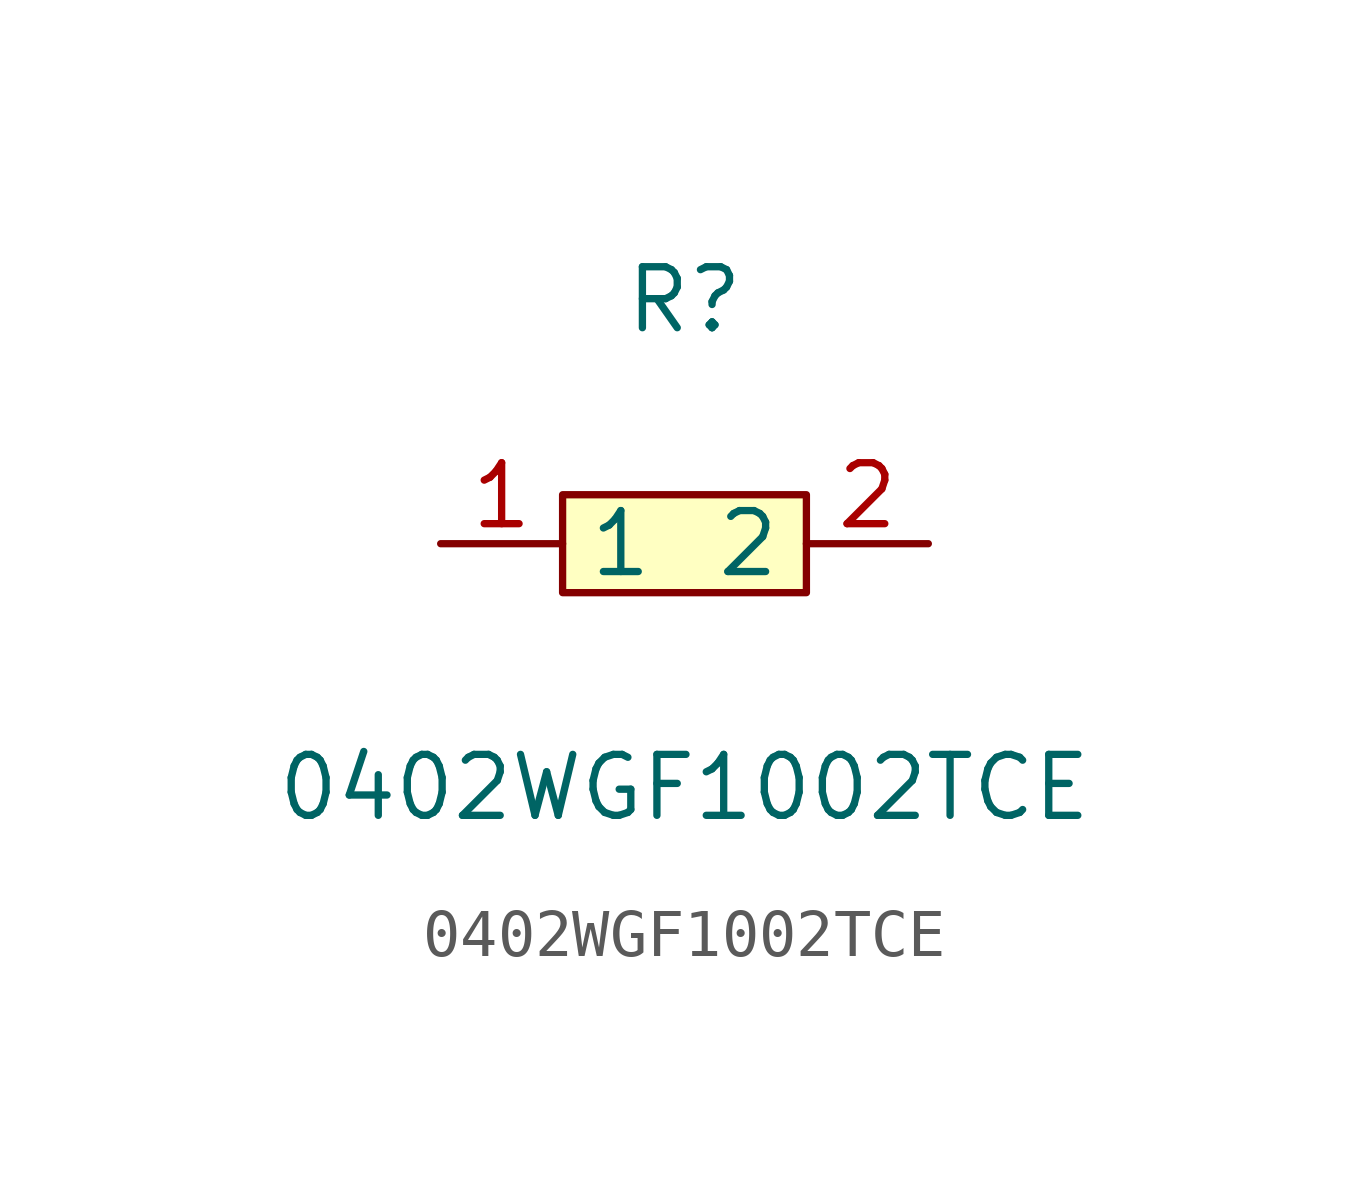
<source format=kicad_sym>
(kicad_symbol_lib
  (version 20211014)
  (generator https://github.com/uPesy/easyeda2kicad.py)
  (symbol "0402WGF1002TCE"
    (property "Reference" "R"
      (at 0 5.08 0)
      (effects (font (size 1.27 1.27))))
    (property "Value" "0402WGF1002TCE"
      (at 0 -5.08 0)
      (effects (font (size 1.27 1.27))))
    (symbol "0402WGF1002TCE_0_1"
      (rectangle (start -2.54 1.02) (end 2.54 -1.02) (stroke (width 0) (type default) (color 0 0 0 0)) (fill (type background)))
      (pin input line (at 5.08 -0.00 180) (length 2.54) (name "2" (effects (font (size 1.27 1.27)))) (number "2" (effects (font (size 1.27 1.27)))))
      (pin input line (at -5.08 -0.00 0) (length 2.54) (name "1" (effects (font (size 1.27 1.27)))) (number "1" (effects (font (size 1.27 1.27))))))))
</source>
